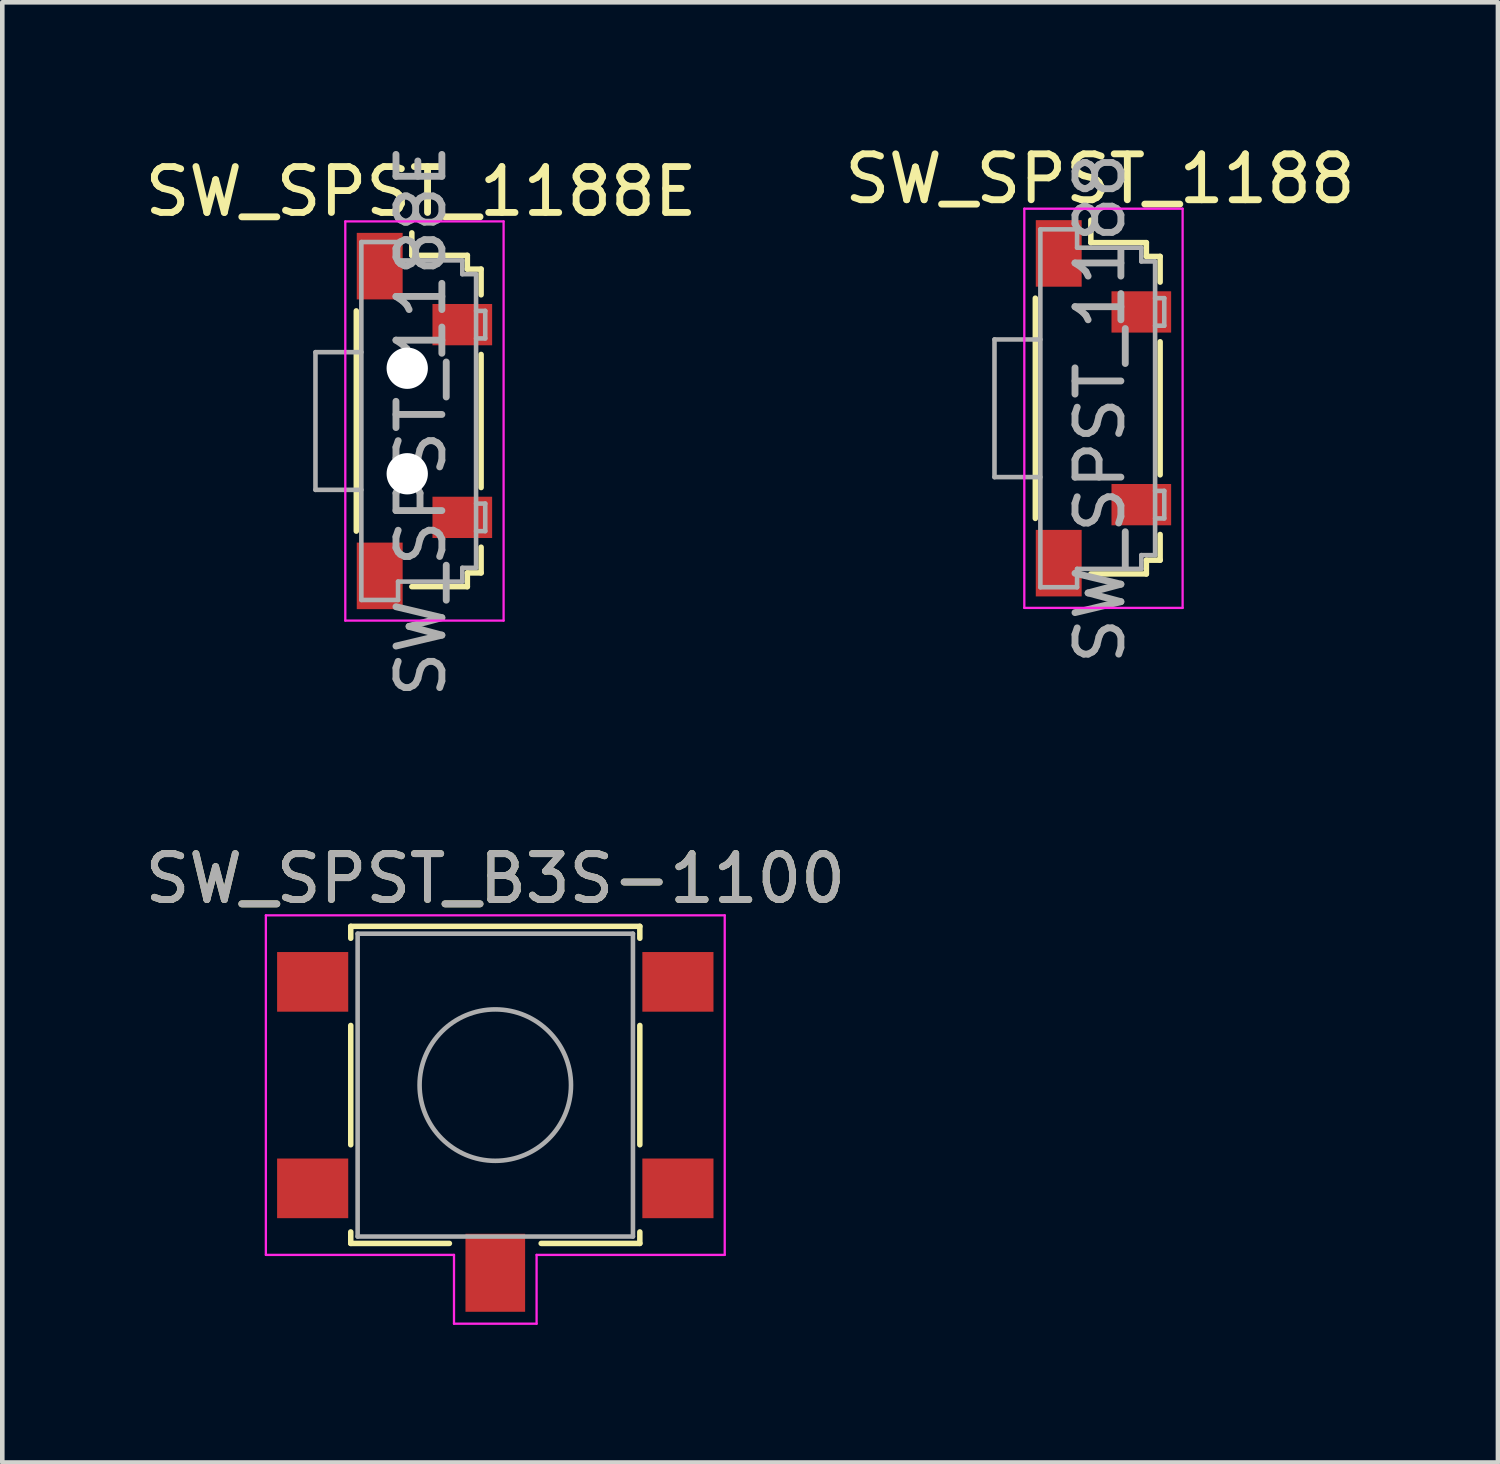
<source format=kicad_pcb>
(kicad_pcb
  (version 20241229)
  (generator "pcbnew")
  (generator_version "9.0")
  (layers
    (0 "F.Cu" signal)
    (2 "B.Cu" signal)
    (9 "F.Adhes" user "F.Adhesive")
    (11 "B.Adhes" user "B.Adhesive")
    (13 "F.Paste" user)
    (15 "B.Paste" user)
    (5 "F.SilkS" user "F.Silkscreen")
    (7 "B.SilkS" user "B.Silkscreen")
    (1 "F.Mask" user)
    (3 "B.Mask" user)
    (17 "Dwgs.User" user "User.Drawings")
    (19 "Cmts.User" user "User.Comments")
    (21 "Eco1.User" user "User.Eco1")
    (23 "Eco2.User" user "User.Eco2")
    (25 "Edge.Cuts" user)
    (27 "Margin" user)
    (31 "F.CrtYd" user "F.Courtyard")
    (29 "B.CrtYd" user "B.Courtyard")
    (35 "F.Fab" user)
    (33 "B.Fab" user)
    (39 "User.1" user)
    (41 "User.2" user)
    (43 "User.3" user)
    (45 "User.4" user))
  (footprint "SW_SPST_B3S-1100"
    (layer "F.Cu")
    (at 7.744 21.518)
    (property "Reference" "SW_SPST_B3S-1100" (at 0 -5.42 0) (layer "F.SilkS") (effects (font (size 1 1) (thickness 0.15))))
    (attr smd)
    (fp_line (start -3.15 -4.38) (end 3.15 -4.38) (stroke (width 0.12) (type solid)) (layer "F.SilkS"))
    (fp_line (start -3.15 -4.12) (end -3.15 -4.38) (stroke (width 0.12) (type solid)) (layer "F.SilkS"))
    (fp_line (start -3.15 0.38) (end -3.15 -2.22) (stroke (width 0.12) (type solid)) (layer "F.SilkS"))
    (fp_line (start -3.15 2.53) (end -3.15 2.28) (stroke (width 0.12) (type solid)) (layer "F.SilkS"))
    (fp_line (start -3.15 2.53) (end -1 2.53) (stroke (width 0.12) (type solid)) (layer "F.SilkS"))
    (fp_line (start 3.15 -4.38) (end 3.15 -4.12) (stroke (width 0.12) (type solid)) (layer "F.SilkS"))
    (fp_line (start 3.15 -2.22) (end 3.15 0.38) (stroke (width 0.12) (type solid)) (layer "F.SilkS"))
    (fp_line (start 3.15 2.28) (end 3.15 2.53) (stroke (width 0.12) (type solid)) (layer "F.SilkS"))
    (fp_line (start 3.15 2.53) (end 1 2.53) (stroke (width 0.12) (type solid)) (layer "F.SilkS"))
    (fp_line (start -5 -4.62) (end -5 2.78) (stroke (width 0.05) (type solid)) (layer "F.CrtYd"))
    (fp_line (start -5 2.78) (end -0.9 2.78) (stroke (width 0.05) (type solid)) (layer "F.CrtYd"))
    (fp_line (start -0.9 2.78) (end -0.9 4.28) (stroke (width 0.05) (type solid)) (layer "F.CrtYd"))
    (fp_line (start -0.9 4.28) (end 0.9 4.28) (stroke (width 0.05) (type solid)) (layer "F.CrtYd"))
    (fp_line (start 0.9 4.28) (end 0.9 2.78) (stroke (width 0.05) (type solid)) (layer "F.CrtYd"))
    (fp_line (start 5 -4.62) (end -5 -4.62) (stroke (width 0.05) (type solid)) (layer "F.CrtYd"))
    (fp_line (start 5 2.78) (end 0.9 2.78) (stroke (width 0.05) (type solid)) (layer "F.CrtYd"))
    (fp_line (start 5 2.78) (end 5 -4.62) (stroke (width 0.05) (type solid)) (layer "F.CrtYd"))
    (fp_line (start -3 -4.22) (end 3 -4.22) (stroke (width 0.1) (type solid)) (layer "F.Fab"))
    (fp_line (start -3 2.38) (end -3 -4.22) (stroke (width 0.1) (type solid)) (layer "F.Fab"))
    (fp_line (start 3 -4.22) (end 3 2.38) (stroke (width 0.1) (type solid)) (layer "F.Fab"))
    (fp_line (start 3 2.38) (end -3 2.38) (stroke (width 0.1) (type solid)) (layer "F.Fab"))
    (fp_circle (center 0 -0.92) (end 1.65 -0.92) (stroke (width 0.1) (type solid)) (fill no) (layer "F.Fab"))
    (fp_text user "${REFERENCE}" (at 0 -5.42 0) (layer "F.Fab") (effects (font (size 1 1) (thickness 0.15))))
    (pad "1" smd rect (at -3.98 -3.17) (size 1.55 1.3) (layers "F.Cu" "F.Mask" "F.Paste"))
    (pad "1" smd rect (at 3.98 -3.17) (size 1.55 1.3) (layers "F.Cu" "F.Mask" "F.Paste"))
    (pad "2" smd rect (at -3.98 1.33) (size 1.55 1.3) (layers "F.Cu" "F.Mask" "F.Paste"))
    (pad "2" smd rect (at 3.98 1.33) (size 1.55 1.3) (layers "F.Cu" "F.Mask" "F.Paste"))
    (pad "3" smd rect (at 0 3.17) (size 1.3 1.7) (layers "F.Cu" "F.Mask" "F.Paste")))
  (footprint "SW_SPST_1188E"
    (layer "F.Cu")
    (at 6.125 6.125)
    (property "Reference" "SW_SPST_1188E" (at 0 -5 0) (layer "F.SilkS") (effects (font (size 1 1) (thickness 0.15))))
    (attr smd)
    (fp_line (start -1.41 2.4) (end -1.41 -2.4) (stroke (width 0.12) (type solid)) (layer "F.SilkS"))
    (fp_line (start -0.2 -3.61) (end -0.2 -4.1) (stroke (width 0.12) (type solid)) (layer "F.SilkS"))
    (fp_line (start -0.2 -3.61) (end 1.01 -3.61) (stroke (width 0.12) (type solid)) (layer "F.SilkS"))
    (fp_line (start 1.01 -3.61) (end 1.01 -3.31) (stroke (width 0.12) (type solid)) (layer "F.SilkS"))
    (fp_line (start 1.01 -3.31) (end 1.31 -3.31) (stroke (width 0.12) (type solid)) (layer "F.SilkS"))
    (fp_line (start 1.01 3.31) (end 1.01 3.61) (stroke (width 0.12) (type solid)) (layer "F.SilkS"))
    (fp_line (start 1.01 3.61) (end -0.2 3.61) (stroke (width 0.12) (type solid)) (layer "F.SilkS"))
    (fp_line (start 1.31 -3.31) (end 1.31 -2.75) (stroke (width 0.12) (type solid)) (layer "F.SilkS"))
    (fp_line (start 1.31 -1.45) (end 1.31 1.45) (stroke (width 0.12) (type solid)) (layer "F.SilkS"))
    (fp_line (start 1.31 2.75) (end 1.31 3.31) (stroke (width 0.12) (type solid)) (layer "F.SilkS"))
    (fp_line (start 1.31 3.31) (end 1.01 3.31) (stroke (width 0.12) (type solid)) (layer "F.SilkS"))
    (fp_line (start -1.65 -4.35) (end 1.8 -4.35) (stroke (width 0.05) (type solid)) (layer "F.CrtYd"))
    (fp_line (start -1.65 4.35) (end -1.65 -4.35) (stroke (width 0.05) (type solid)) (layer "F.CrtYd"))
    (fp_line (start 1.8 -4.35) (end 1.8 4.35) (stroke (width 0.05) (type solid)) (layer "F.CrtYd"))
    (fp_line (start 1.8 4.35) (end -1.65 4.35) (stroke (width 0.05) (type solid)) (layer "F.CrtYd"))
    (fp_line (start -2.3 -1.5) (end -2.3 1.5) (stroke (width 0.1) (type solid)) (layer "F.Fab"))
    (fp_line (start -2.3 1.5) (end -1.3 1.5) (stroke (width 0.1) (type solid)) (layer "F.Fab"))
    (fp_line (start -1.3 -3.9) (end -0.5 -3.9) (stroke (width 0.1) (type solid)) (layer "F.Fab"))
    (fp_line (start -1.3 -1.5) (end -2.3 -1.5) (stroke (width 0.1) (type solid)) (layer "F.Fab"))
    (fp_line (start -1.3 3.9) (end -1.3 -3.9) (stroke (width 0.1) (type solid)) (layer "F.Fab"))
    (fp_line (start -0.5 -3.9) (end -0.5 -3.5) (stroke (width 0.1) (type solid)) (layer "F.Fab"))
    (fp_line (start -0.5 -3.5) (end 0.9 -3.5) (stroke (width 0.1) (type solid)) (layer "F.Fab"))
    (fp_line (start -0.5 3.5) (end 0.9 3.5) (stroke (width 0.1) (type solid)) (layer "F.Fab"))
    (fp_line (start -0.5 3.9) (end -1.3 3.9) (stroke (width 0.1) (type solid)) (layer "F.Fab"))
    (fp_line (start -0.5 3.9) (end -0.5 3.5) (stroke (width 0.1) (type solid)) (layer "F.Fab"))
    (fp_line (start 0.9 -3.5) (end 0.9 -3.2) (stroke (width 0.1) (type solid)) (layer "F.Fab"))
    (fp_line (start 0.9 -3.2) (end 1.2 -3.2) (stroke (width 0.1) (type solid)) (layer "F.Fab"))
    (fp_line (start 0.9 3.2) (end 0.9 3.5) (stroke (width 0.1) (type solid)) (layer "F.Fab"))
    (fp_line (start 1.2 -3.2) (end 1.2 3.2) (stroke (width 0.1) (type solid)) (layer "F.Fab"))
    (fp_line (start 1.2 -2.4) (end 1.4 -2.4) (stroke (width 0.1) (type solid)) (layer "F.Fab"))
    (fp_line (start 1.2 1.8) (end 1.4 1.8) (stroke (width 0.1) (type solid)) (layer "F.Fab"))
    (fp_line (start 1.2 3.2) (end 0.9 3.2) (stroke (width 0.1) (type solid)) (layer "F.Fab"))
    (fp_line (start 1.4 -2.4) (end 1.4 -1.8) (stroke (width 0.1) (type solid)) (layer "F.Fab"))
    (fp_line (start 1.4 -1.8) (end 1.2 -1.8) (stroke (width 0.1) (type solid)) (layer "F.Fab"))
    (fp_line (start 1.4 1.8) (end 1.4 2.4) (stroke (width 0.1) (type solid)) (layer "F.Fab"))
    (fp_line (start 1.4 2.4) (end 1.2 2.4) (stroke (width 0.1) (type solid)) (layer "F.Fab"))
    (fp_text user "${REFERENCE}" (at 0 0 270) (layer "F.Fab") (effects (font (size 1 1) (thickness 0.15))))
    (pad "" np_thru_hole circle (at -0.3 -1.15 270) (size 0.9 0.9) (drill 0.9) (layers "*.Cu" "*.Mask"))
    (pad "" np_thru_hole circle (at -0.3 1.15 270) (size 0.9 0.9) (drill 0.9) (layers "*.Cu" "*.Mask"))
    (pad "1" smd rect (at -0.9 -3.375 270) (size 1.45 1) (layers "F.Cu" "F.Mask" "F.Paste"))
    (pad "2" smd rect (at -0.9 3.375 270) (size 1.45 1) (layers "F.Cu" "F.Mask" "F.Paste"))
    (pad "3" smd rect (at 0.9 -2.1 270) (size 0.9 1.3) (layers "F.Cu" "F.Mask" "F.Paste"))
    (pad "4" smd rect (at 0.9 2.1 270) (size 0.9 1.3) (layers "F.Cu" "F.Mask" "F.Paste")))
  (footprint "SW_SPST_1188"
    (layer "F.Cu")
    (at 20.923 5.848)
    (property "Reference" "SW_SPST_1188" (at 0 -5 0) (layer "F.SilkS") (effects (font (size 1 1) (thickness 0.15))))
    (attr smd)
    (fp_line (start -1.41 2.4) (end -1.41 -2.4) (stroke (width 0.12) (type solid)) (layer "F.SilkS"))
    (fp_line (start -0.2 -3.61) (end -0.2 -4.1) (stroke (width 0.12) (type solid)) (layer "F.SilkS"))
    (fp_line (start -0.2 -3.61) (end 1.01 -3.61) (stroke (width 0.12) (type solid)) (layer "F.SilkS"))
    (fp_line (start 1.01 -3.61) (end 1.01 -3.31) (stroke (width 0.12) (type solid)) (layer "F.SilkS"))
    (fp_line (start 1.01 -3.31) (end 1.31 -3.31) (stroke (width 0.12) (type solid)) (layer "F.SilkS"))
    (fp_line (start 1.01 3.31) (end 1.01 3.61) (stroke (width 0.12) (type solid)) (layer "F.SilkS"))
    (fp_line (start 1.01 3.61) (end -0.2 3.61) (stroke (width 0.12) (type solid)) (layer "F.SilkS"))
    (fp_line (start 1.31 -3.31) (end 1.31 -2.75) (stroke (width 0.12) (type solid)) (layer "F.SilkS"))
    (fp_line (start 1.31 -1.45) (end 1.31 1.45) (stroke (width 0.12) (type solid)) (layer "F.SilkS"))
    (fp_line (start 1.31 2.75) (end 1.31 3.31) (stroke (width 0.12) (type solid)) (layer "F.SilkS"))
    (fp_line (start 1.31 3.31) (end 1.01 3.31) (stroke (width 0.12) (type solid)) (layer "F.SilkS"))
    (fp_line (start -1.65 -4.35) (end 1.8 -4.35) (stroke (width 0.05) (type solid)) (layer "F.CrtYd"))
    (fp_line (start -1.65 4.35) (end -1.65 -4.35) (stroke (width 0.05) (type solid)) (layer "F.CrtYd"))
    (fp_line (start 1.8 -4.35) (end 1.8 4.35) (stroke (width 0.05) (type solid)) (layer "F.CrtYd"))
    (fp_line (start 1.8 4.35) (end -1.65 4.35) (stroke (width 0.05) (type solid)) (layer "F.CrtYd"))
    (fp_line (start -2.3 -1.5) (end -2.3 1.5) (stroke (width 0.1) (type solid)) (layer "F.Fab"))
    (fp_line (start -2.3 1.5) (end -1.3 1.5) (stroke (width 0.1) (type solid)) (layer "F.Fab"))
    (fp_line (start -1.3 -3.9) (end -0.5 -3.9) (stroke (width 0.1) (type solid)) (layer "F.Fab"))
    (fp_line (start -1.3 -1.5) (end -2.3 -1.5) (stroke (width 0.1) (type solid)) (layer "F.Fab"))
    (fp_line (start -1.3 3.9) (end -1.3 -3.9) (stroke (width 0.1) (type solid)) (layer "F.Fab"))
    (fp_line (start -0.5 -3.9) (end -0.5 -3.5) (stroke (width 0.1) (type solid)) (layer "F.Fab"))
    (fp_line (start -0.5 -3.5) (end 0.9 -3.5) (stroke (width 0.1) (type solid)) (layer "F.Fab"))
    (fp_line (start -0.5 3.5) (end 0.9 3.5) (stroke (width 0.1) (type solid)) (layer "F.Fab"))
    (fp_line (start -0.5 3.9) (end -1.3 3.9) (stroke (width 0.1) (type solid)) (layer "F.Fab"))
    (fp_line (start -0.5 3.9) (end -0.5 3.5) (stroke (width 0.1) (type solid)) (layer "F.Fab"))
    (fp_line (start 0.9 -3.5) (end 0.9 -3.2) (stroke (width 0.1) (type solid)) (layer "F.Fab"))
    (fp_line (start 0.9 -3.2) (end 1.2 -3.2) (stroke (width 0.1) (type solid)) (layer "F.Fab"))
    (fp_line (start 0.9 3.2) (end 0.9 3.5) (stroke (width 0.1) (type solid)) (layer "F.Fab"))
    (fp_line (start 1.2 -3.2) (end 1.2 3.2) (stroke (width 0.1) (type solid)) (layer "F.Fab"))
    (fp_line (start 1.2 -2.4) (end 1.4 -2.4) (stroke (width 0.1) (type solid)) (layer "F.Fab"))
    (fp_line (start 1.2 1.8) (end 1.4 1.8) (stroke (width 0.1) (type solid)) (layer "F.Fab"))
    (fp_line (start 1.2 3.2) (end 0.9 3.2) (stroke (width 0.1) (type solid)) (layer "F.Fab"))
    (fp_line (start 1.4 -2.4) (end 1.4 -1.8) (stroke (width 0.1) (type solid)) (layer "F.Fab"))
    (fp_line (start 1.4 -1.8) (end 1.2 -1.8) (stroke (width 0.1) (type solid)) (layer "F.Fab"))
    (fp_line (start 1.4 1.8) (end 1.4 2.4) (stroke (width 0.1) (type solid)) (layer "F.Fab"))
    (fp_line (start 1.4 2.4) (end 1.2 2.4) (stroke (width 0.1) (type solid)) (layer "F.Fab"))
    (fp_text user "${REFERENCE}" (at 0 0 270) (layer "F.Fab") (effects (font (size 1 1) (thickness 0.15))))
    (pad "1" smd rect (at -0.9 -3.375 270) (size 1.45 1) (layers "F.Cu" "F.Mask" "F.Paste"))
    (pad "2" smd rect (at -0.9 3.375 270) (size 1.45 1) (layers "F.Cu" "F.Mask" "F.Paste"))
    (pad "3" smd rect (at 0.9 -2.1 270) (size 0.9 1.3) (layers "F.Cu" "F.Mask" "F.Paste"))
    (pad "4" smd rect (at 0.9 2.1 270) (size 0.9 1.3) (layers "F.Cu" "F.Mask" "F.Paste")))
  (gr_rect
    (start -3 -3)
    (end 29.595 28.823)
    (stroke (width 0.1) (type default))
    (fill no)
    (layer "Edge.Cuts")))
</source>
